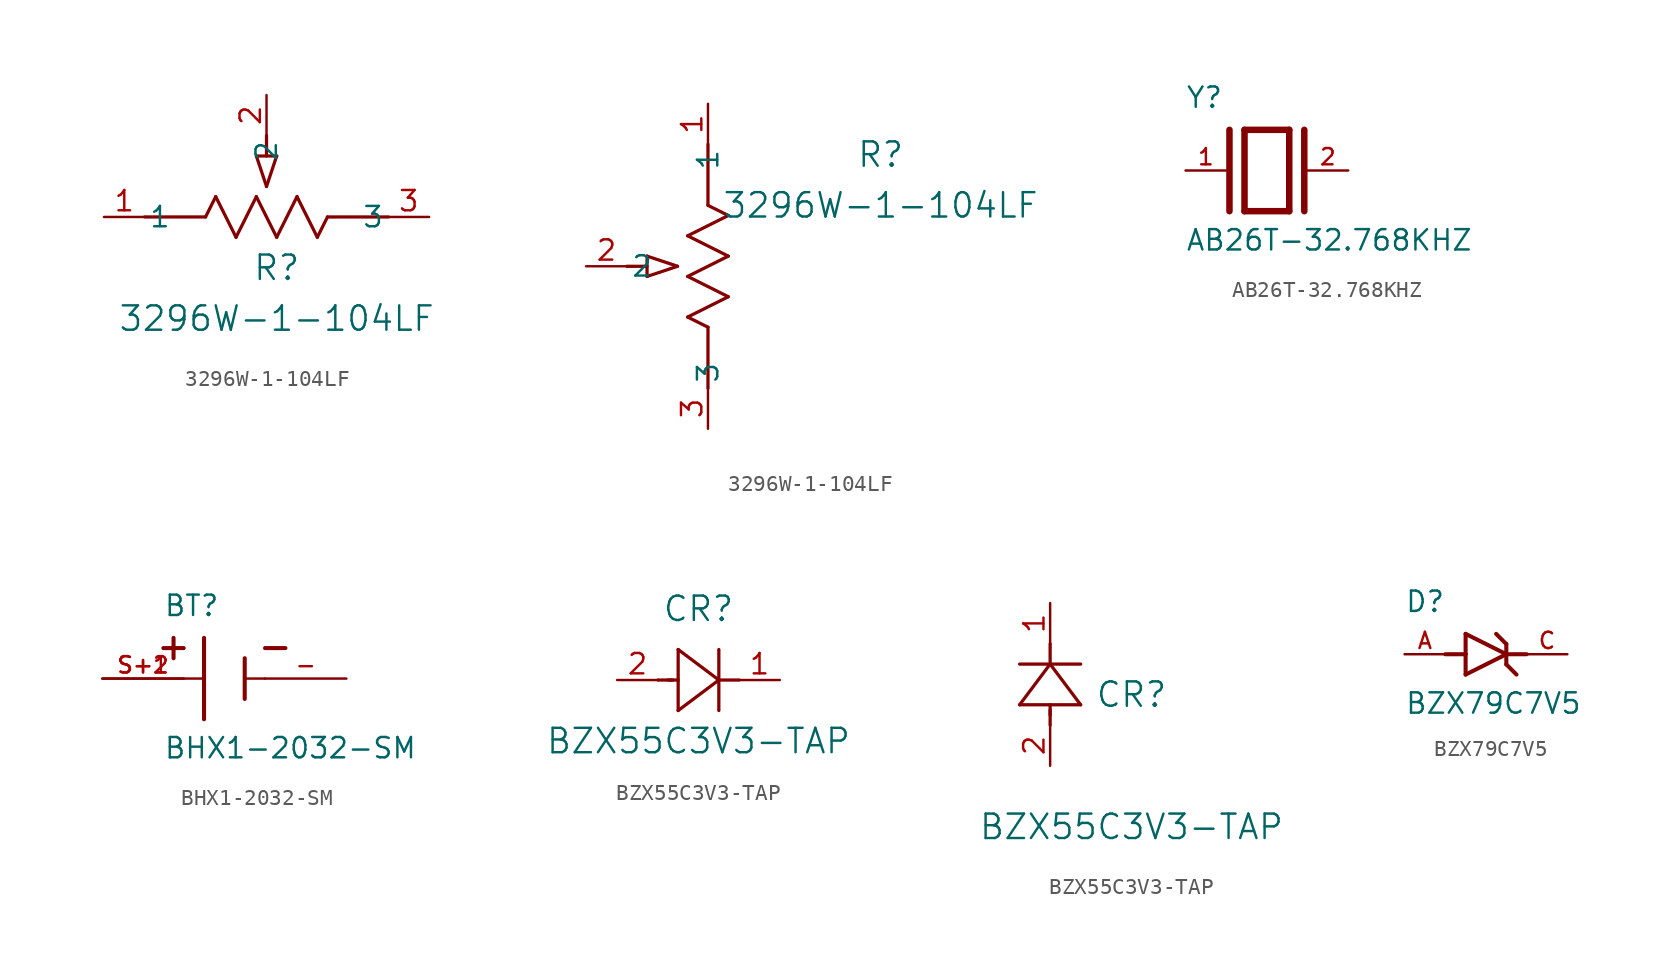
<source format=kicad_sym>
(kicad_symbol_lib
  (version 20241209)
  (generator "kicad_symbol_editor")
  (generator_version "9.0")
  (symbol "3296W-1-104LF"
    (pin_names
      (offset 0.254))
    (property "Reference" "R"
      (at 10.795 -3.175 0)
      (effects (font (size 1.524 1.524))))
    (property "Value" "3296W-1-104LF"
      (at 10.795 -6.35 0)
      (effects (font (size 1.524 1.524))))
    (property "ki_locked" ""
      (at 0 0 0)
      (effects (font (size 1.27 1.27))))
    (symbol "3296W-1-104LF_1_1"
      (polyline (pts (xy 2.54 0) (xy 6.35 0)) (stroke (width 0.203) (type default)) (fill (type none)))
      (polyline (pts (xy 6.35 0) (xy 6.985 1.27)) (stroke (width 0.203) (type default)) (fill (type none)))
      (polyline (pts (xy 6.985 1.27) (xy 8.255 -1.27)) (stroke (width 0.203) (type default)) (fill (type none)))
      (polyline (pts (xy 8.255 -1.27) (xy 9.525 1.27)) (stroke (width 0.203) (type default)) (fill (type none)))
      (polyline (pts (xy 9.525 3.81) (xy 10.16 1.905)) (stroke (width 0.203) (type default)) (fill (type none)))
      (polyline (pts (xy 9.525 3.81) (xy 10.795 3.81)) (stroke (width 0.203) (type default)) (fill (type none)))
      (polyline (pts (xy 9.525 1.27) (xy 10.795 -1.27)) (stroke (width 0.203) (type default)) (fill (type none)))
      (polyline (pts (xy 10.16 3.81) (xy 10.16 5.08)) (stroke (width 0.203) (type default)) (fill (type none)))
      (polyline (pts (xy 10.795 3.81) (xy 10.16 1.905)) (stroke (width 0.203) (type default)) (fill (type none)))
      (polyline (pts (xy 10.795 -1.27) (xy 12.065 1.27)) (stroke (width 0.203) (type default)) (fill (type none)))
      (polyline (pts (xy 12.065 1.27) (xy 13.335 -1.27)) (stroke (width 0.203) (type default)) (fill (type none)))
      (polyline (pts (xy 13.335 -1.27) (xy 13.97 0)) (stroke (width 0.203) (type default)) (fill (type none)))
      (polyline (pts (xy 13.97 0) (xy 17.78 0)) (stroke (width 0.203) (type default)) (fill (type none)))
      (pin unspecified line (at 0 0 0) (length 2.54) (name "1" (effects (font (size 1.27 1.27)))) (number "1" (effects (font (size 1.27 1.27)))))
      (pin unspecified line (at 10.16 7.62 270) (length 2.54) (name "2" (effects (font (size 1.27 1.27)))) (number "2" (effects (font (size 1.27 1.27)))))
      (pin unspecified line (at 20.32 0 180) (length 2.54) (name "3" (effects (font (size 1.27 1.27)))) (number "3" (effects (font (size 1.27 1.27))))))
    (symbol "3296W-1-104LF_1_2"
      (polyline (pts (xy -3.81 -9.525) (xy -1.905 -10.16)) (stroke (width 0.203) (type default)) (fill (type none)))
      (polyline (pts (xy -3.81 -10.16) (xy -5.08 -10.16)) (stroke (width 0.203) (type default)) (fill (type none)))
      (polyline (pts (xy -3.81 -10.795) (xy -3.81 -9.525)) (stroke (width 0.203) (type default)) (fill (type none)))
      (polyline (pts (xy -3.81 -10.795) (xy -1.905 -10.16)) (stroke (width 0.203) (type default)) (fill (type none)))
      (polyline (pts (xy -1.27 -8.255) (xy 1.27 -6.985)) (stroke (width 0.203) (type default)) (fill (type none)))
      (polyline (pts (xy -1.27 -10.795) (xy 1.27 -9.525)) (stroke (width 0.203) (type default)) (fill (type none)))
      (polyline (pts (xy -1.27 -13.335) (xy 1.27 -12.065)) (stroke (width 0.203) (type default)) (fill (type none)))
      (polyline (pts (xy 0 -6.35) (xy 0 -2.54)) (stroke (width 0.203) (type default)) (fill (type none)))
      (polyline (pts (xy 0 -13.97) (xy -1.27 -13.335)) (stroke (width 0.203) (type default)) (fill (type none)))
      (polyline (pts (xy 0 -17.78) (xy 0 -13.97)) (stroke (width 0.203) (type default)) (fill (type none)))
      (polyline (pts (xy 1.27 -6.985) (xy 0 -6.35)) (stroke (width 0.203) (type default)) (fill (type none)))
      (polyline (pts (xy 1.27 -9.525) (xy -1.27 -8.255)) (stroke (width 0.203) (type default)) (fill (type none)))
      (polyline (pts (xy 1.27 -12.065) (xy -1.27 -10.795)) (stroke (width 0.203) (type default)) (fill (type none)))
      (pin unspecified line (at -7.62 -10.16 0) (length 2.54) (name "2" (effects (font (size 1.27 1.27)))) (number "2" (effects (font (size 1.27 1.27)))))
      (pin unspecified line (at 0 0 270) (length 2.54) (name "1" (effects (font (size 1.27 1.27)))) (number "1" (effects (font (size 1.27 1.27)))))
      (pin unspecified line (at 0 -20.32 90) (length 2.54) (name "3" (effects (font (size 1.27 1.27)))) (number "3" (effects (font (size 1.27 1.27)))))))
  (symbol "AB26T-32.768KHZ"
    (pin_names
      (offset 1.016))
    (property "Reference" "Y"
      (at -5.088 3.816 0)
      (effects (font (size 1.27 1.27)) (justify left bottom)))
    (property "Value" "AB26T-32.768KHZ"
      (at -5.094 -5.094 0)
      (effects (font (size 1.27 1.27)) (justify left bottom)))
    (symbol "AB26T-32.768KHZ_0_0"
      (polyline (pts (xy -2.337 2.54) (xy -2.337 -2.54)) (stroke (width 0.406) (type default)) (fill (type none)))
      (polyline (pts (xy -1.397 2.54) (xy -1.397 -2.54)) (stroke (width 0.406) (type default)) (fill (type none)))
      (polyline (pts (xy -1.397 2.54) (xy 1.397 2.54)) (stroke (width 0.406) (type default)) (fill (type none)))
      (polyline (pts (xy 1.397 2.54) (xy 1.397 -2.54)) (stroke (width 0.406) (type default)) (fill (type none)))
      (polyline (pts (xy 1.397 -2.54) (xy -1.397 -2.54)) (stroke (width 0.406) (type default)) (fill (type none)))
      (polyline (pts (xy 2.337 2.54) (xy 2.337 -2.54)) (stroke (width 0.406) (type default)) (fill (type none)))
      (pin passive line (at -5.08 0 0) (length 2.54) (name "~" (effects (font (size 1.016 1.016)))) (number "1" (effects (font (size 1.016 1.016)))))
      (pin passive line (at 5.08 0 180) (length 2.54) (name "~" (effects (font (size 1.016 1.016)))) (number "2" (effects (font (size 1.016 1.016)))))))
  (symbol "BHX1-2032-SM"
    (pin_names
      (offset 1.016))
    (property "Reference" "BT"
      (at -3.81 3.81 0)
      (effects (font (size 1.27 1.27)) (justify left bottom)))
    (property "Value" "BHX1-2032-SM"
      (at -3.81 -5.08 0)
      (effects (font (size 1.27 1.27)) (justify left bottom)))
    (symbol "BHX1-2032-SM_0_0"
      (polyline (pts (xy -3.81 1.905) (xy -2.54 1.905)) (stroke (width 0.254) (type default)) (fill (type none)))
      (polyline (pts (xy -3.175 2.54) (xy -3.175 1.27)) (stroke (width 0.254) (type default)) (fill (type none)))
      (polyline (pts (xy -1.27 2.54) (xy -1.27 -2.54)) (stroke (width 0.254) (type default)) (fill (type none)))
      (polyline (pts (xy -1.27 0) (xy -2.54 0)) (stroke (width 0.152) (type default)) (fill (type none)))
      (polyline (pts (xy 1.27 1.27) (xy 1.27 -1.27)) (stroke (width 0.254) (type default)) (fill (type none)))
      (polyline (pts (xy 1.27 0) (xy 2.54 0)) (stroke (width 0.152) (type default)) (fill (type none)))
      (polyline (pts (xy 3.81 1.905) (xy 2.54 1.905)) (stroke (width 0.254) (type default)) (fill (type none)))
      (pin passive line (at -7.62 0 0) (length 5.08) (name "~" (effects (font (size 1.016 1.016)))) (number "S+1" (effects (font (size 1.016 1.016)))))
      (pin passive line (at -7.62 0 0) (length 5.08) (name "~" (effects (font (size 1.016 1.016)))) (number "S+2" (effects (font (size 1.016 1.016)))))
      (pin passive line (at 7.62 0 180) (length 5.08) (name "~" (effects (font (size 1.016 1.016)))) (number "-" (effects (font (size 1.016 1.016)))))))
  (symbol "BZX55C3V3-TAP"
    (pin_names
      (offset 0.254))
    (property "Reference" "CR"
      (at 5.08 4.445 0)
      (effects (font (size 1.524 1.524))))
    (property "Value" "BZX55C3V3-TAP"
      (at 5.08 -3.81 0)
      (effects (font (size 1.524 1.524))))
    (property "ki_locked" ""
      (at 0 0 0)
      (effects (font (size 1.27 1.27))))
    (symbol "BZX55C3V3-TAP_1_1"
      (polyline (pts (xy 2.54 0) (xy 3.48 0)) (stroke (width 0.203) (type default)) (fill (type none)))
      (polyline (pts (xy 3.175 0) (xy 3.81 0)) (stroke (width 0.203) (type default)) (fill (type none)))
      (polyline (pts (xy 3.81 1.905) (xy 3.81 -1.905)) (stroke (width 0.203) (type default)) (fill (type none)))
      (polyline (pts (xy 3.81 -1.905) (xy 6.35 0)) (stroke (width 0.203) (type default)) (fill (type none)))
      (polyline (pts (xy 6.35 0) (xy 3.81 1.905)) (stroke (width 0.203) (type default)) (fill (type none)))
      (polyline (pts (xy 6.35 0) (xy 7.62 0)) (stroke (width 0.203) (type default)) (fill (type none)))
      (polyline (pts (xy 6.35 -1.905) (xy 6.35 1.905)) (stroke (width 0.203) (type default)) (fill (type none)))
      (pin unspecified line (at 0 0 0) (length 2.54) (name "" (effects (font (size 1.27 1.27)))) (number "2" (effects (font (size 1.27 1.27)))))
      (pin unspecified line (at 10.16 0 180) (length 2.54) (name "" (effects (font (size 1.27 1.27)))) (number "1" (effects (font (size 1.27 1.27))))))
    (symbol "BZX55C3V3-TAP_1_2"
      (polyline (pts (xy -1.905 3.81) (xy 1.905 3.81)) (stroke (width 0.203) (type default)) (fill (type none)))
      (polyline (pts (xy 0 6.35) (xy -1.905 3.81)) (stroke (width 0.203) (type default)) (fill (type none)))
      (polyline (pts (xy 0 6.35) (xy 0 7.62)) (stroke (width 0.203) (type default)) (fill (type none)))
      (polyline (pts (xy 0 3.175) (xy 0 3.81)) (stroke (width 0.203) (type default)) (fill (type none)))
      (polyline (pts (xy 0 2.54) (xy 0 3.48)) (stroke (width 0.203) (type default)) (fill (type none)))
      (polyline (pts (xy 1.905 6.35) (xy -1.905 6.35)) (stroke (width 0.203) (type default)) (fill (type none)))
      (polyline (pts (xy 1.905 3.81) (xy 0 6.35)) (stroke (width 0.203) (type default)) (fill (type none)))
      (pin unspecified line (at 0 10.16 270) (length 2.54) (name "" (effects (font (size 1.27 1.27)))) (number "1" (effects (font (size 1.27 1.27)))))
      (pin unspecified line (at 0 0 90) (length 2.54) (name "" (effects (font (size 1.27 1.27)))) (number "2" (effects (font (size 1.27 1.27)))))))
  (symbol "BZX79C7V5"
    (pin_names
      (offset 1.016))
    (property "Reference" "D"
      (at -5.08 2.54 0)
      (effects (font (size 1.27 1.27)) (justify left bottom)))
    (property "Value" "BZX79C7V5"
      (at -5.08 -3.81 0)
      (effects (font (size 1.27 1.27)) (justify left bottom)))
    (symbol "BZX79C7V5_0_0"
      (polyline (pts (xy -2.54 0) (xy -1.27 0)) (stroke (width 0.254) (type default)) (fill (type none)))
      (polyline (pts (xy -1.27 1.27) (xy -1.27 0)) (stroke (width 0.254) (type default)) (fill (type none)))
      (polyline (pts (xy -1.27 0) (xy -1.27 -1.27)) (stroke (width 0.254) (type default)) (fill (type none)))
      (polyline (pts (xy -1.27 -1.27) (xy 1.27 0)) (stroke (width 0.254) (type default)) (fill (type none)))
      (polyline (pts (xy 0.635 1.27) (xy 1.27 0.635)) (stroke (width 0.254) (type default)) (fill (type none)))
      (polyline (pts (xy 1.27 0.635) (xy 1.27 0)) (stroke (width 0.254) (type default)) (fill (type none)))
      (polyline (pts (xy 1.27 0) (xy -1.27 1.27)) (stroke (width 0.254) (type default)) (fill (type none)))
      (polyline (pts (xy 1.27 0) (xy 1.27 -0.635)) (stroke (width 0.254) (type default)) (fill (type none)))
      (polyline (pts (xy 1.27 -0.635) (xy 1.905 -1.27)) (stroke (width 0.254) (type default)) (fill (type none)))
      (polyline (pts (xy 2.54 0) (xy 1.27 0)) (stroke (width 0.254) (type default)) (fill (type none)))
      (pin passive line (at -5.08 0 0) (length 2.54) (name "~" (effects (font (size 1.016 1.016)))) (number "A" (effects (font (size 1.016 1.016)))))
      (pin passive line (at 5.08 0 180) (length 2.54) (name "~" (effects (font (size 1.016 1.016)))) (number "C" (effects (font (size 1.016 1.016))))))))
</source>
